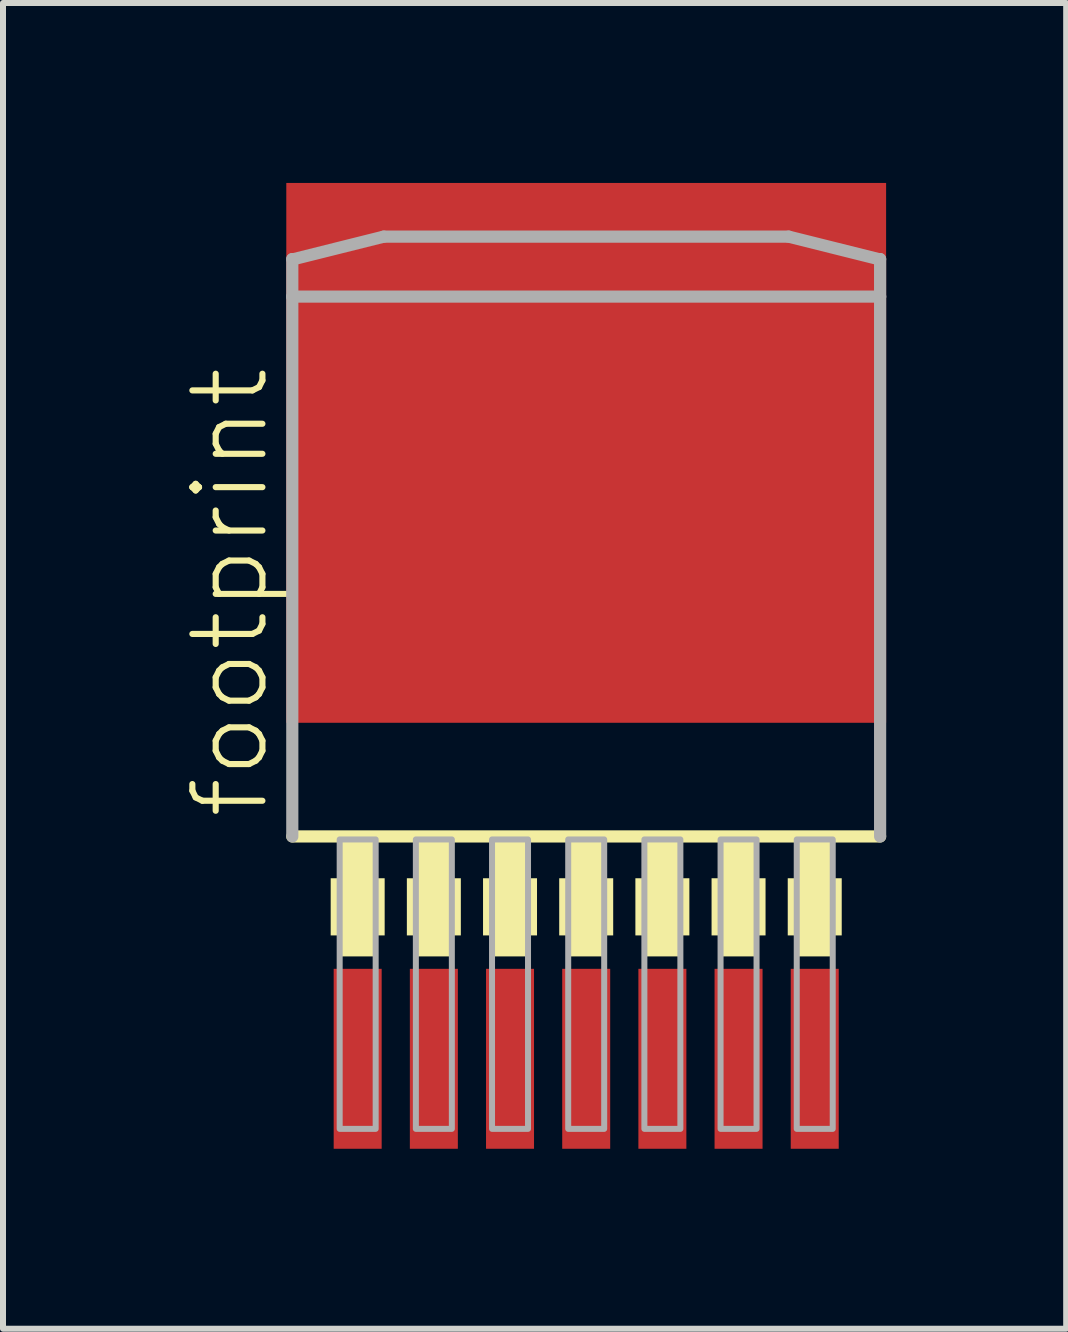
<source format=kicad_pcb>
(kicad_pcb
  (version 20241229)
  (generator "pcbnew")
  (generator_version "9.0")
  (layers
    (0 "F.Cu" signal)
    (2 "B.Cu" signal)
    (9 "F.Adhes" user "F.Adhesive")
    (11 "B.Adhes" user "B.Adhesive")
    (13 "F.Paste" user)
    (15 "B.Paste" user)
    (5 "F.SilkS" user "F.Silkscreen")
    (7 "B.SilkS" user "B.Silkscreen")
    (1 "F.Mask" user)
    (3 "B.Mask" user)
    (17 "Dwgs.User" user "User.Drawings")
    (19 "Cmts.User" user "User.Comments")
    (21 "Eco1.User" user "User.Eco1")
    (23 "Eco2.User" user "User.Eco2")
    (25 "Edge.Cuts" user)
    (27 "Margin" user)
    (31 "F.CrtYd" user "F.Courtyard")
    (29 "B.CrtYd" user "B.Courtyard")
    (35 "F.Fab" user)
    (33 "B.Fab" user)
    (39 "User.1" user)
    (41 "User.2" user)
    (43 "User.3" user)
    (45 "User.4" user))
  (footprint "footprint"
    (layer "F.Cu")
    (at 6.723 5.395)
    (property "Reference" "footprint" (at -5.25 5.25 90) (layer "F.SilkS") (effects (font (size 1.168 1.168) (thickness 0.102)) (justify left bottom)))
    (fp_line (start -4.9 5.5) (end 4.9 5.5) (stroke (width 0.203) (type solid)) (layer "F.SilkS"))
    (fp_poly (pts (xy -4.26 7.15) (xy -3.36 7.15) (xy -3.36 6.197) (xy -4.26 6.197)) (stroke (width 0) (type solid)) (fill yes) (layer "F.SilkS"))
    (fp_poly (pts (xy -4.11 7.5) (xy -3.51 7.5) (xy -3.51 5.55) (xy -4.11 5.55)) (stroke (width 0) (type solid)) (fill yes) (layer "F.SilkS"))
    (fp_poly (pts (xy -2.99 7.15) (xy -2.09 7.15) (xy -2.09 6.197) (xy -2.99 6.197)) (stroke (width 0) (type solid)) (fill yes) (layer "F.SilkS"))
    (fp_poly (pts (xy -2.84 7.5) (xy -2.24 7.5) (xy -2.24 5.55) (xy -2.84 5.55)) (stroke (width 0) (type solid)) (fill yes) (layer "F.SilkS"))
    (fp_poly (pts (xy -1.72 7.15) (xy -0.82 7.15) (xy -0.82 6.197) (xy -1.72 6.197)) (stroke (width 0) (type solid)) (fill yes) (layer "F.SilkS"))
    (fp_poly (pts (xy -1.57 7.5) (xy -0.97 7.5) (xy -0.97 5.55) (xy -1.57 5.55)) (stroke (width 0) (type solid)) (fill yes) (layer "F.SilkS"))
    (fp_poly (pts (xy -0.45 7.15) (xy 0.45 7.15) (xy 0.45 6.197) (xy -0.45 6.197)) (stroke (width 0) (type solid)) (fill yes) (layer "F.SilkS"))
    (fp_poly (pts (xy -0.3 7.5) (xy 0.3 7.5) (xy 0.3 5.55) (xy -0.3 5.55)) (stroke (width 0) (type solid)) (fill yes) (layer "F.SilkS"))
    (fp_poly (pts (xy 0.82 7.15) (xy 1.72 7.15) (xy 1.72 6.197) (xy 0.82 6.197)) (stroke (width 0) (type solid)) (fill yes) (layer "F.SilkS"))
    (fp_poly (pts (xy 0.97 7.5) (xy 1.57 7.5) (xy 1.57 5.55) (xy 0.97 5.55)) (stroke (width 0) (type solid)) (fill yes) (layer "F.SilkS"))
    (fp_poly (pts (xy 2.09 7.15) (xy 2.99 7.15) (xy 2.99 6.197) (xy 2.09 6.197)) (stroke (width 0) (type solid)) (fill yes) (layer "F.SilkS"))
    (fp_poly (pts (xy 2.24 7.5) (xy 2.84 7.5) (xy 2.84 5.55) (xy 2.24 5.55)) (stroke (width 0) (type solid)) (fill yes) (layer "F.SilkS"))
    (fp_poly (pts (xy 3.36 7.15) (xy 4.26 7.15) (xy 4.26 6.197) (xy 3.36 6.197)) (stroke (width 0) (type solid)) (fill yes) (layer "F.SilkS"))
    (fp_poly (pts (xy 3.51 7.5) (xy 4.11 7.5) (xy 4.11 5.55) (xy 3.51 5.55)) (stroke (width 0) (type solid)) (fill yes) (layer "F.SilkS"))
    (fp_line (start -4.9 -4.125) (end -4.9 -3.5) (stroke (width 0.203) (type solid)) (layer "F.Fab"))
    (fp_line (start -4.9 -3.5) (end -4.9 5.5) (stroke (width 0.203) (type solid)) (layer "F.Fab"))
    (fp_line (start -4.875 -4.125) (end -4.9 -4.125) (stroke (width 0.203) (type solid)) (layer "F.Fab"))
    (fp_line (start -3.375 -4.5) (end -4.875 -4.125) (stroke (width 0.203) (type solid)) (layer "F.Fab"))
    (fp_line (start 3.375 -4.5) (end -3.375 -4.5) (stroke (width 0.203) (type solid)) (layer "F.Fab"))
    (fp_line (start 4.875 -4.125) (end 3.375 -4.5) (stroke (width 0.203) (type solid)) (layer "F.Fab"))
    (fp_line (start 4.9 -4.125) (end 4.875 -4.125) (stroke (width 0.203) (type solid)) (layer "F.Fab"))
    (fp_line (start 4.9 -3.5) (end -4.9 -3.5) (stroke (width 0.203) (type solid)) (layer "F.Fab"))
    (fp_line (start 4.9 -3.5) (end 4.9 -4.125) (stroke (width 0.203) (type solid)) (layer "F.Fab"))
    (fp_line (start 4.9 5.5) (end 4.9 -3.5) (stroke (width 0.203) (type solid)) (layer "F.Fab"))
    (fp_poly (pts (xy -4.11 10.375) (xy -3.51 10.375) (xy -3.51 5.55) (xy -4.11 5.55)) (stroke (width 0.1) (type solid)) (fill no) (layer "F.Fab"))
    (fp_poly (pts (xy -2.84 10.375) (xy -2.24 10.375) (xy -2.24 5.55) (xy -2.84 5.55)) (stroke (width 0.1) (type solid)) (fill no) (layer "F.Fab"))
    (fp_poly (pts (xy -1.57 10.375) (xy -0.97 10.375) (xy -0.97 5.55) (xy -1.57 5.55)) (stroke (width 0.1) (type solid)) (fill no) (layer "F.Fab"))
    (fp_poly (pts (xy -0.3 10.375) (xy 0.3 10.375) (xy 0.3 5.55) (xy -0.3 5.55)) (stroke (width 0.1) (type solid)) (fill no) (layer "F.Fab"))
    (fp_poly (pts (xy 0.97 10.375) (xy 1.57 10.375) (xy 1.57 5.55) (xy 0.97 5.55)) (stroke (width 0.1) (type solid)) (fill no) (layer "F.Fab"))
    (fp_poly (pts (xy 2.24 10.375) (xy 2.84 10.375) (xy 2.84 5.55) (xy 2.24 5.55)) (stroke (width 0.1) (type solid)) (fill no) (layer "F.Fab"))
    (fp_poly (pts (xy 3.51 10.375) (xy 4.11 10.375) (xy 4.11 5.55) (xy 3.51 5.55)) (stroke (width 0.1) (type solid)) (fill no) (layer "F.Fab"))
    (pad "1" smd rect (at -3.81 9.207) (size 0.8 3) (layers "F.Cu" "F.Mask" "F.Paste"))
    (pad "2" smd rect (at -2.54 9.207) (size 0.8 3) (layers "F.Cu" "F.Mask" "F.Paste"))
    (pad "3" smd rect (at -1.27 9.207) (size 0.8 3) (layers "F.Cu" "F.Mask" "F.Paste"))
    (pad "4" smd rect (at 0 9.207) (size 0.8 3) (layers "F.Cu" "F.Mask" "F.Paste"))
    (pad "5" smd rect (at 1.27 9.207) (size 0.8 3) (layers "F.Cu" "F.Mask" "F.Paste"))
    (pad "6" smd rect (at 2.54 9.207) (size 0.8 3) (layers "F.Cu" "F.Mask" "F.Paste"))
    (pad "7" smd rect (at 3.81 9.207) (size 0.8 3) (layers "F.Cu" "F.Mask" "F.Paste"))
    (pad "8" smd rect (at 0 -0.895) (size 10 9) (layers "F.Cu" "F.Mask" "F.Paste")))
  (gr_rect
    (start -3 -3)
    (end 14.725 19.102)
    (stroke (width 0.1) (type default))
    (fill no)
    (layer "Edge.Cuts")))
</source>
